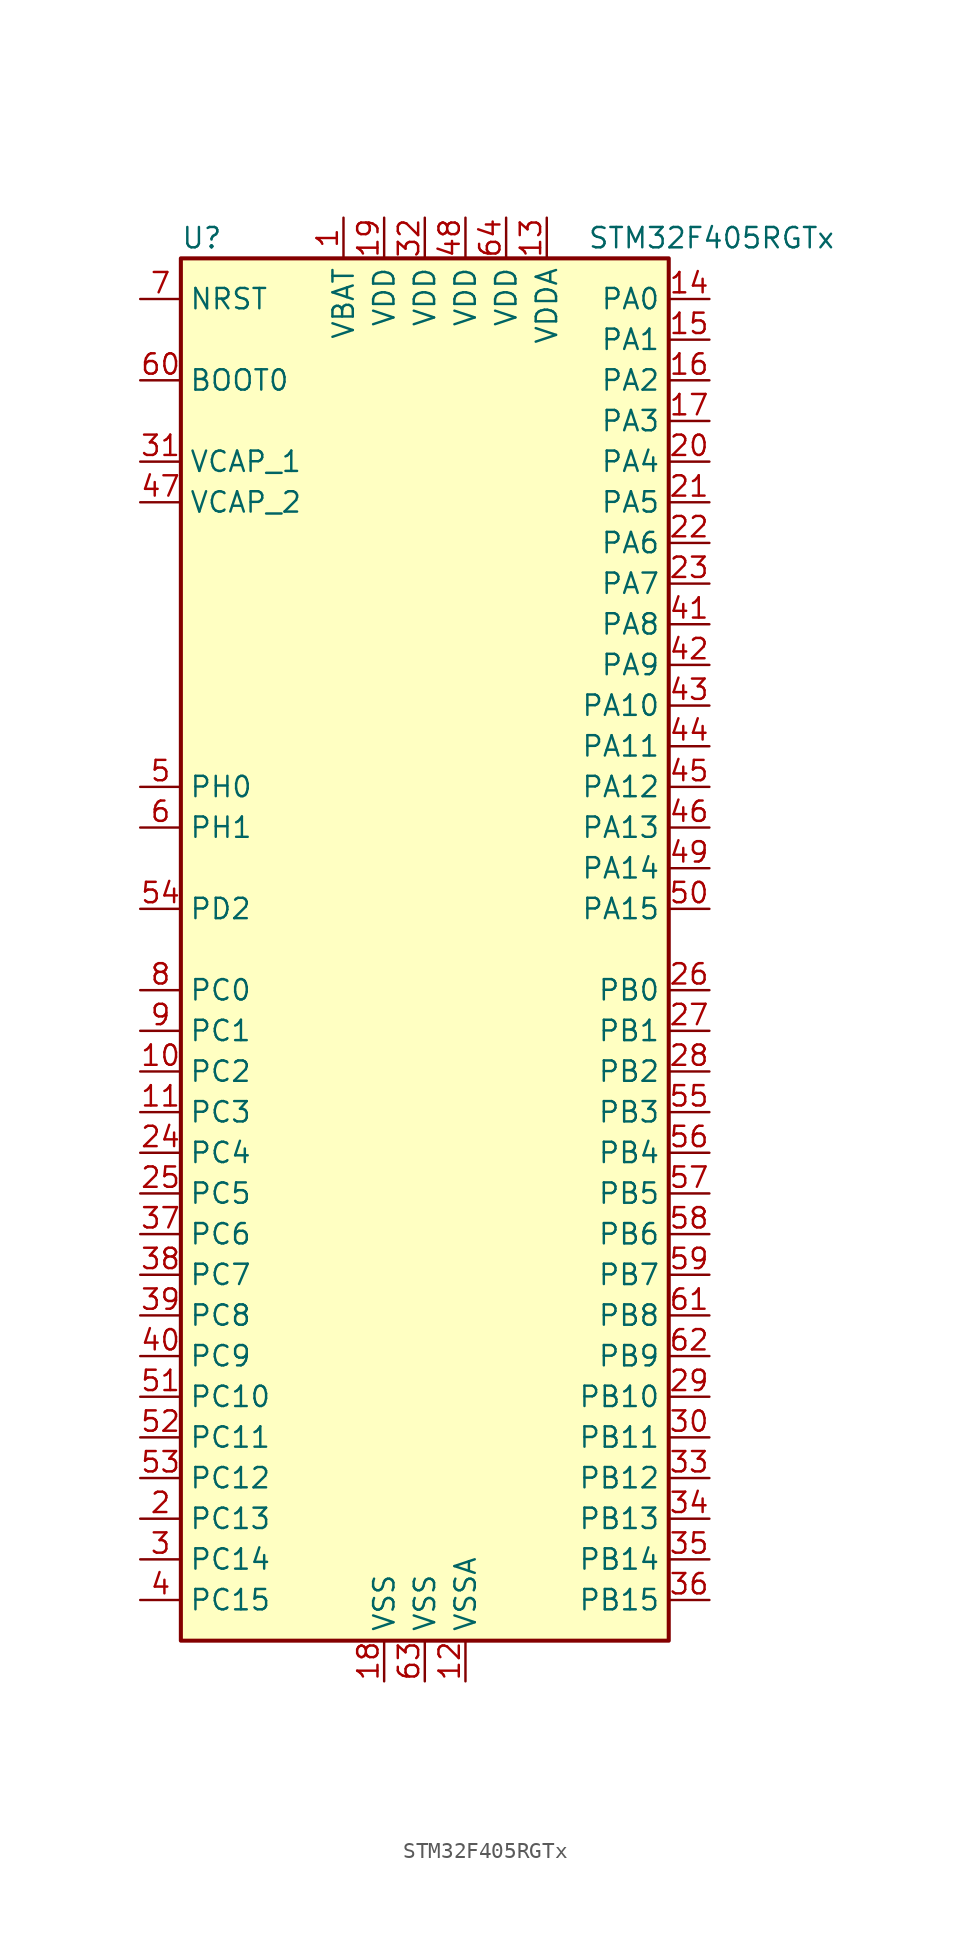
<source format=kicad_sym>
(kicad_symbol_lib
  (version 20201005)
  (generator kicad_symbol_editor)
  (symbol "STM32F405RGTx"
    (property "Reference" "U"
      (at -15.24 44.45 0)
      (effects (font (size 1.27 1.27)) (justify left)))
    (property "Value" "STM32F405RGTx"
      (at 10.16 44.45 0)
      (effects (font (size 1.27 1.27)) (justify left)))
    (symbol "STM32F405RGTx_0_1"
      (rectangle (start -15.24 -43.18) (end 15.24 43.18) (stroke (width 0.254)) (fill (type background))))
    (symbol "STM32F405RGTx_1_1"
      (pin input line (at -17.78 35.56 0) (length 2.54) (name "BOOT0" (effects (font (size 1.27 1.27)))) (number "60" (effects (font (size 1.27 1.27)))))
      (pin input line (at -17.78 40.64 0) (length 2.54) (name "NRST" (effects (font (size 1.27 1.27)))) (number "7" (effects (font (size 1.27 1.27)))))
      (pin bidirectional line (at 17.78 40.64 180) (length 2.54) (name "PA0" (effects (font (size 1.27 1.27)))) (number "14" (effects (font (size 1.27 1.27)))))
      (pin bidirectional line (at 17.78 38.1 180) (length 2.54) (name "PA1" (effects (font (size 1.27 1.27)))) (number "15" (effects (font (size 1.27 1.27)))))
      (pin bidirectional line (at 17.78 15.24 180) (length 2.54) (name "PA10" (effects (font (size 1.27 1.27)))) (number "43" (effects (font (size 1.27 1.27)))))
      (pin bidirectional line (at 17.78 12.7 180) (length 2.54) (name "PA11" (effects (font (size 1.27 1.27)))) (number "44" (effects (font (size 1.27 1.27)))))
      (pin bidirectional line (at 17.78 10.16 180) (length 2.54) (name "PA12" (effects (font (size 1.27 1.27)))) (number "45" (effects (font (size 1.27 1.27)))))
      (pin bidirectional line (at 17.78 7.62 180) (length 2.54) (name "PA13" (effects (font (size 1.27 1.27)))) (number "46" (effects (font (size 1.27 1.27)))))
      (pin bidirectional line (at 17.78 5.08 180) (length 2.54) (name "PA14" (effects (font (size 1.27 1.27)))) (number "49" (effects (font (size 1.27 1.27)))))
      (pin bidirectional line (at 17.78 2.54 180) (length 2.54) (name "PA15" (effects (font (size 1.27 1.27)))) (number "50" (effects (font (size 1.27 1.27)))))
      (pin bidirectional line (at 17.78 35.56 180) (length 2.54) (name "PA2" (effects (font (size 1.27 1.27)))) (number "16" (effects (font (size 1.27 1.27)))))
      (pin bidirectional line (at 17.78 33.02 180) (length 2.54) (name "PA3" (effects (font (size 1.27 1.27)))) (number "17" (effects (font (size 1.27 1.27)))))
      (pin bidirectional line (at 17.78 30.48 180) (length 2.54) (name "PA4" (effects (font (size 1.27 1.27)))) (number "20" (effects (font (size 1.27 1.27)))))
      (pin bidirectional line (at 17.78 27.94 180) (length 2.54) (name "PA5" (effects (font (size 1.27 1.27)))) (number "21" (effects (font (size 1.27 1.27)))))
      (pin bidirectional line (at 17.78 25.4 180) (length 2.54) (name "PA6" (effects (font (size 1.27 1.27)))) (number "22" (effects (font (size 1.27 1.27)))))
      (pin bidirectional line (at 17.78 22.86 180) (length 2.54) (name "PA7" (effects (font (size 1.27 1.27)))) (number "23" (effects (font (size 1.27 1.27)))))
      (pin bidirectional line (at 17.78 20.32 180) (length 2.54) (name "PA8" (effects (font (size 1.27 1.27)))) (number "41" (effects (font (size 1.27 1.27)))))
      (pin bidirectional line (at 17.78 17.78 180) (length 2.54) (name "PA9" (effects (font (size 1.27 1.27)))) (number "42" (effects (font (size 1.27 1.27)))))
      (pin bidirectional line (at 17.78 -2.54 180) (length 2.54) (name "PB0" (effects (font (size 1.27 1.27)))) (number "26" (effects (font (size 1.27 1.27)))))
      (pin bidirectional line (at 17.78 -5.08 180) (length 2.54) (name "PB1" (effects (font (size 1.27 1.27)))) (number "27" (effects (font (size 1.27 1.27)))))
      (pin bidirectional line (at 17.78 -27.94 180) (length 2.54) (name "PB10" (effects (font (size 1.27 1.27)))) (number "29" (effects (font (size 1.27 1.27)))))
      (pin bidirectional line (at 17.78 -30.48 180) (length 2.54) (name "PB11" (effects (font (size 1.27 1.27)))) (number "30" (effects (font (size 1.27 1.27)))))
      (pin bidirectional line (at 17.78 -33.02 180) (length 2.54) (name "PB12" (effects (font (size 1.27 1.27)))) (number "33" (effects (font (size 1.27 1.27)))))
      (pin bidirectional line (at 17.78 -35.56 180) (length 2.54) (name "PB13" (effects (font (size 1.27 1.27)))) (number "34" (effects (font (size 1.27 1.27)))))
      (pin bidirectional line (at 17.78 -38.1 180) (length 2.54) (name "PB14" (effects (font (size 1.27 1.27)))) (number "35" (effects (font (size 1.27 1.27)))))
      (pin bidirectional line (at 17.78 -40.64 180) (length 2.54) (name "PB15" (effects (font (size 1.27 1.27)))) (number "36" (effects (font (size 1.27 1.27)))))
      (pin bidirectional line (at 17.78 -7.62 180) (length 2.54) (name "PB2" (effects (font (size 1.27 1.27)))) (number "28" (effects (font (size 1.27 1.27)))))
      (pin bidirectional line (at 17.78 -10.16 180) (length 2.54) (name "PB3" (effects (font (size 1.27 1.27)))) (number "55" (effects (font (size 1.27 1.27)))))
      (pin bidirectional line (at 17.78 -12.7 180) (length 2.54) (name "PB4" (effects (font (size 1.27 1.27)))) (number "56" (effects (font (size 1.27 1.27)))))
      (pin bidirectional line (at 17.78 -15.24 180) (length 2.54) (name "PB5" (effects (font (size 1.27 1.27)))) (number "57" (effects (font (size 1.27 1.27)))))
      (pin bidirectional line (at 17.78 -17.78 180) (length 2.54) (name "PB6" (effects (font (size 1.27 1.27)))) (number "58" (effects (font (size 1.27 1.27)))))
      (pin bidirectional line (at 17.78 -20.32 180) (length 2.54) (name "PB7" (effects (font (size 1.27 1.27)))) (number "59" (effects (font (size 1.27 1.27)))))
      (pin bidirectional line (at 17.78 -22.86 180) (length 2.54) (name "PB8" (effects (font (size 1.27 1.27)))) (number "61" (effects (font (size 1.27 1.27)))))
      (pin bidirectional line (at 17.78 -25.4 180) (length 2.54) (name "PB9" (effects (font (size 1.27 1.27)))) (number "62" (effects (font (size 1.27 1.27)))))
      (pin bidirectional line (at -17.78 -2.54 0) (length 2.54) (name "PC0" (effects (font (size 1.27 1.27)))) (number "8" (effects (font (size 1.27 1.27)))))
      (pin bidirectional line (at -17.78 -5.08 0) (length 2.54) (name "PC1" (effects (font (size 1.27 1.27)))) (number "9" (effects (font (size 1.27 1.27)))))
      (pin bidirectional line (at -17.78 -27.94 0) (length 2.54) (name "PC10" (effects (font (size 1.27 1.27)))) (number "51" (effects (font (size 1.27 1.27)))))
      (pin bidirectional line (at -17.78 -30.48 0) (length 2.54) (name "PC11" (effects (font (size 1.27 1.27)))) (number "52" (effects (font (size 1.27 1.27)))))
      (pin bidirectional line (at -17.78 -33.02 0) (length 2.54) (name "PC12" (effects (font (size 1.27 1.27)))) (number "53" (effects (font (size 1.27 1.27)))))
      (pin bidirectional line (at -17.78 -35.56 0) (length 2.54) (name "PC13" (effects (font (size 1.27 1.27)))) (number "2" (effects (font (size 1.27 1.27)))))
      (pin bidirectional line (at -17.78 -38.1 0) (length 2.54) (name "PC14" (effects (font (size 1.27 1.27)))) (number "3" (effects (font (size 1.27 1.27)))))
      (pin bidirectional line (at -17.78 -40.64 0) (length 2.54) (name "PC15" (effects (font (size 1.27 1.27)))) (number "4" (effects (font (size 1.27 1.27)))))
      (pin bidirectional line (at -17.78 -7.62 0) (length 2.54) (name "PC2" (effects (font (size 1.27 1.27)))) (number "10" (effects (font (size 1.27 1.27)))))
      (pin bidirectional line (at -17.78 -10.16 0) (length 2.54) (name "PC3" (effects (font (size 1.27 1.27)))) (number "11" (effects (font (size 1.27 1.27)))))
      (pin bidirectional line (at -17.78 -12.7 0) (length 2.54) (name "PC4" (effects (font (size 1.27 1.27)))) (number "24" (effects (font (size 1.27 1.27)))))
      (pin bidirectional line (at -17.78 -15.24 0) (length 2.54) (name "PC5" (effects (font (size 1.27 1.27)))) (number "25" (effects (font (size 1.27 1.27)))))
      (pin bidirectional line (at -17.78 -17.78 0) (length 2.54) (name "PC6" (effects (font (size 1.27 1.27)))) (number "37" (effects (font (size 1.27 1.27)))))
      (pin bidirectional line (at -17.78 -20.32 0) (length 2.54) (name "PC7" (effects (font (size 1.27 1.27)))) (number "38" (effects (font (size 1.27 1.27)))))
      (pin bidirectional line (at -17.78 -22.86 0) (length 2.54) (name "PC8" (effects (font (size 1.27 1.27)))) (number "39" (effects (font (size 1.27 1.27)))))
      (pin bidirectional line (at -17.78 -25.4 0) (length 2.54) (name "PC9" (effects (font (size 1.27 1.27)))) (number "40" (effects (font (size 1.27 1.27)))))
      (pin bidirectional line (at -17.78 2.54 0) (length 2.54) (name "PD2" (effects (font (size 1.27 1.27)))) (number "54" (effects (font (size 1.27 1.27)))))
      (pin input line (at -17.78 10.16 0) (length 2.54) (name "PH0" (effects (font (size 1.27 1.27)))) (number "5" (effects (font (size 1.27 1.27)))))
      (pin input line (at -17.78 7.62 0) (length 2.54) (name "PH1" (effects (font (size 1.27 1.27)))) (number "6" (effects (font (size 1.27 1.27)))))
      (pin power_in line (at -5.08 45.72 270) (length 2.54) (name "VBAT" (effects (font (size 1.27 1.27)))) (number "1" (effects (font (size 1.27 1.27)))))
      (pin power_in line (at -17.78 30.48 0) (length 2.54) (name "VCAP_1" (effects (font (size 1.27 1.27)))) (number "31" (effects (font (size 1.27 1.27)))))
      (pin power_in line (at -17.78 27.94 0) (length 2.54) (name "VCAP_2" (effects (font (size 1.27 1.27)))) (number "47" (effects (font (size 1.27 1.27)))))
      (pin power_in line (at -2.54 45.72 270) (length 2.54) (name "VDD" (effects (font (size 1.27 1.27)))) (number "19" (effects (font (size 1.27 1.27)))))
      (pin power_in line (at 0 45.72 270) (length 2.54) (name "VDD" (effects (font (size 1.27 1.27)))) (number "32" (effects (font (size 1.27 1.27)))))
      (pin power_in line (at 2.54 45.72 270) (length 2.54) (name "VDD" (effects (font (size 1.27 1.27)))) (number "48" (effects (font (size 1.27 1.27)))))
      (pin power_in line (at 5.08 45.72 270) (length 2.54) (name "VDD" (effects (font (size 1.27 1.27)))) (number "64" (effects (font (size 1.27 1.27)))))
      (pin power_in line (at 7.62 45.72 270) (length 2.54) (name "VDDA" (effects (font (size 1.27 1.27)))) (number "13" (effects (font (size 1.27 1.27)))))
      (pin power_in line (at -2.54 -45.72 90) (length 2.54) (name "VSS" (effects (font (size 1.27 1.27)))) (number "18" (effects (font (size 1.27 1.27)))))
      (pin power_in line (at 0 -45.72 90) (length 2.54) (name "VSS" (effects (font (size 1.27 1.27)))) (number "63" (effects (font (size 1.27 1.27)))))
      (pin power_in line (at 2.54 -45.72 90) (length 2.54) (name "VSSA" (effects (font (size 1.27 1.27)))) (number "12" (effects (font (size 1.27 1.27))))))))
</source>
